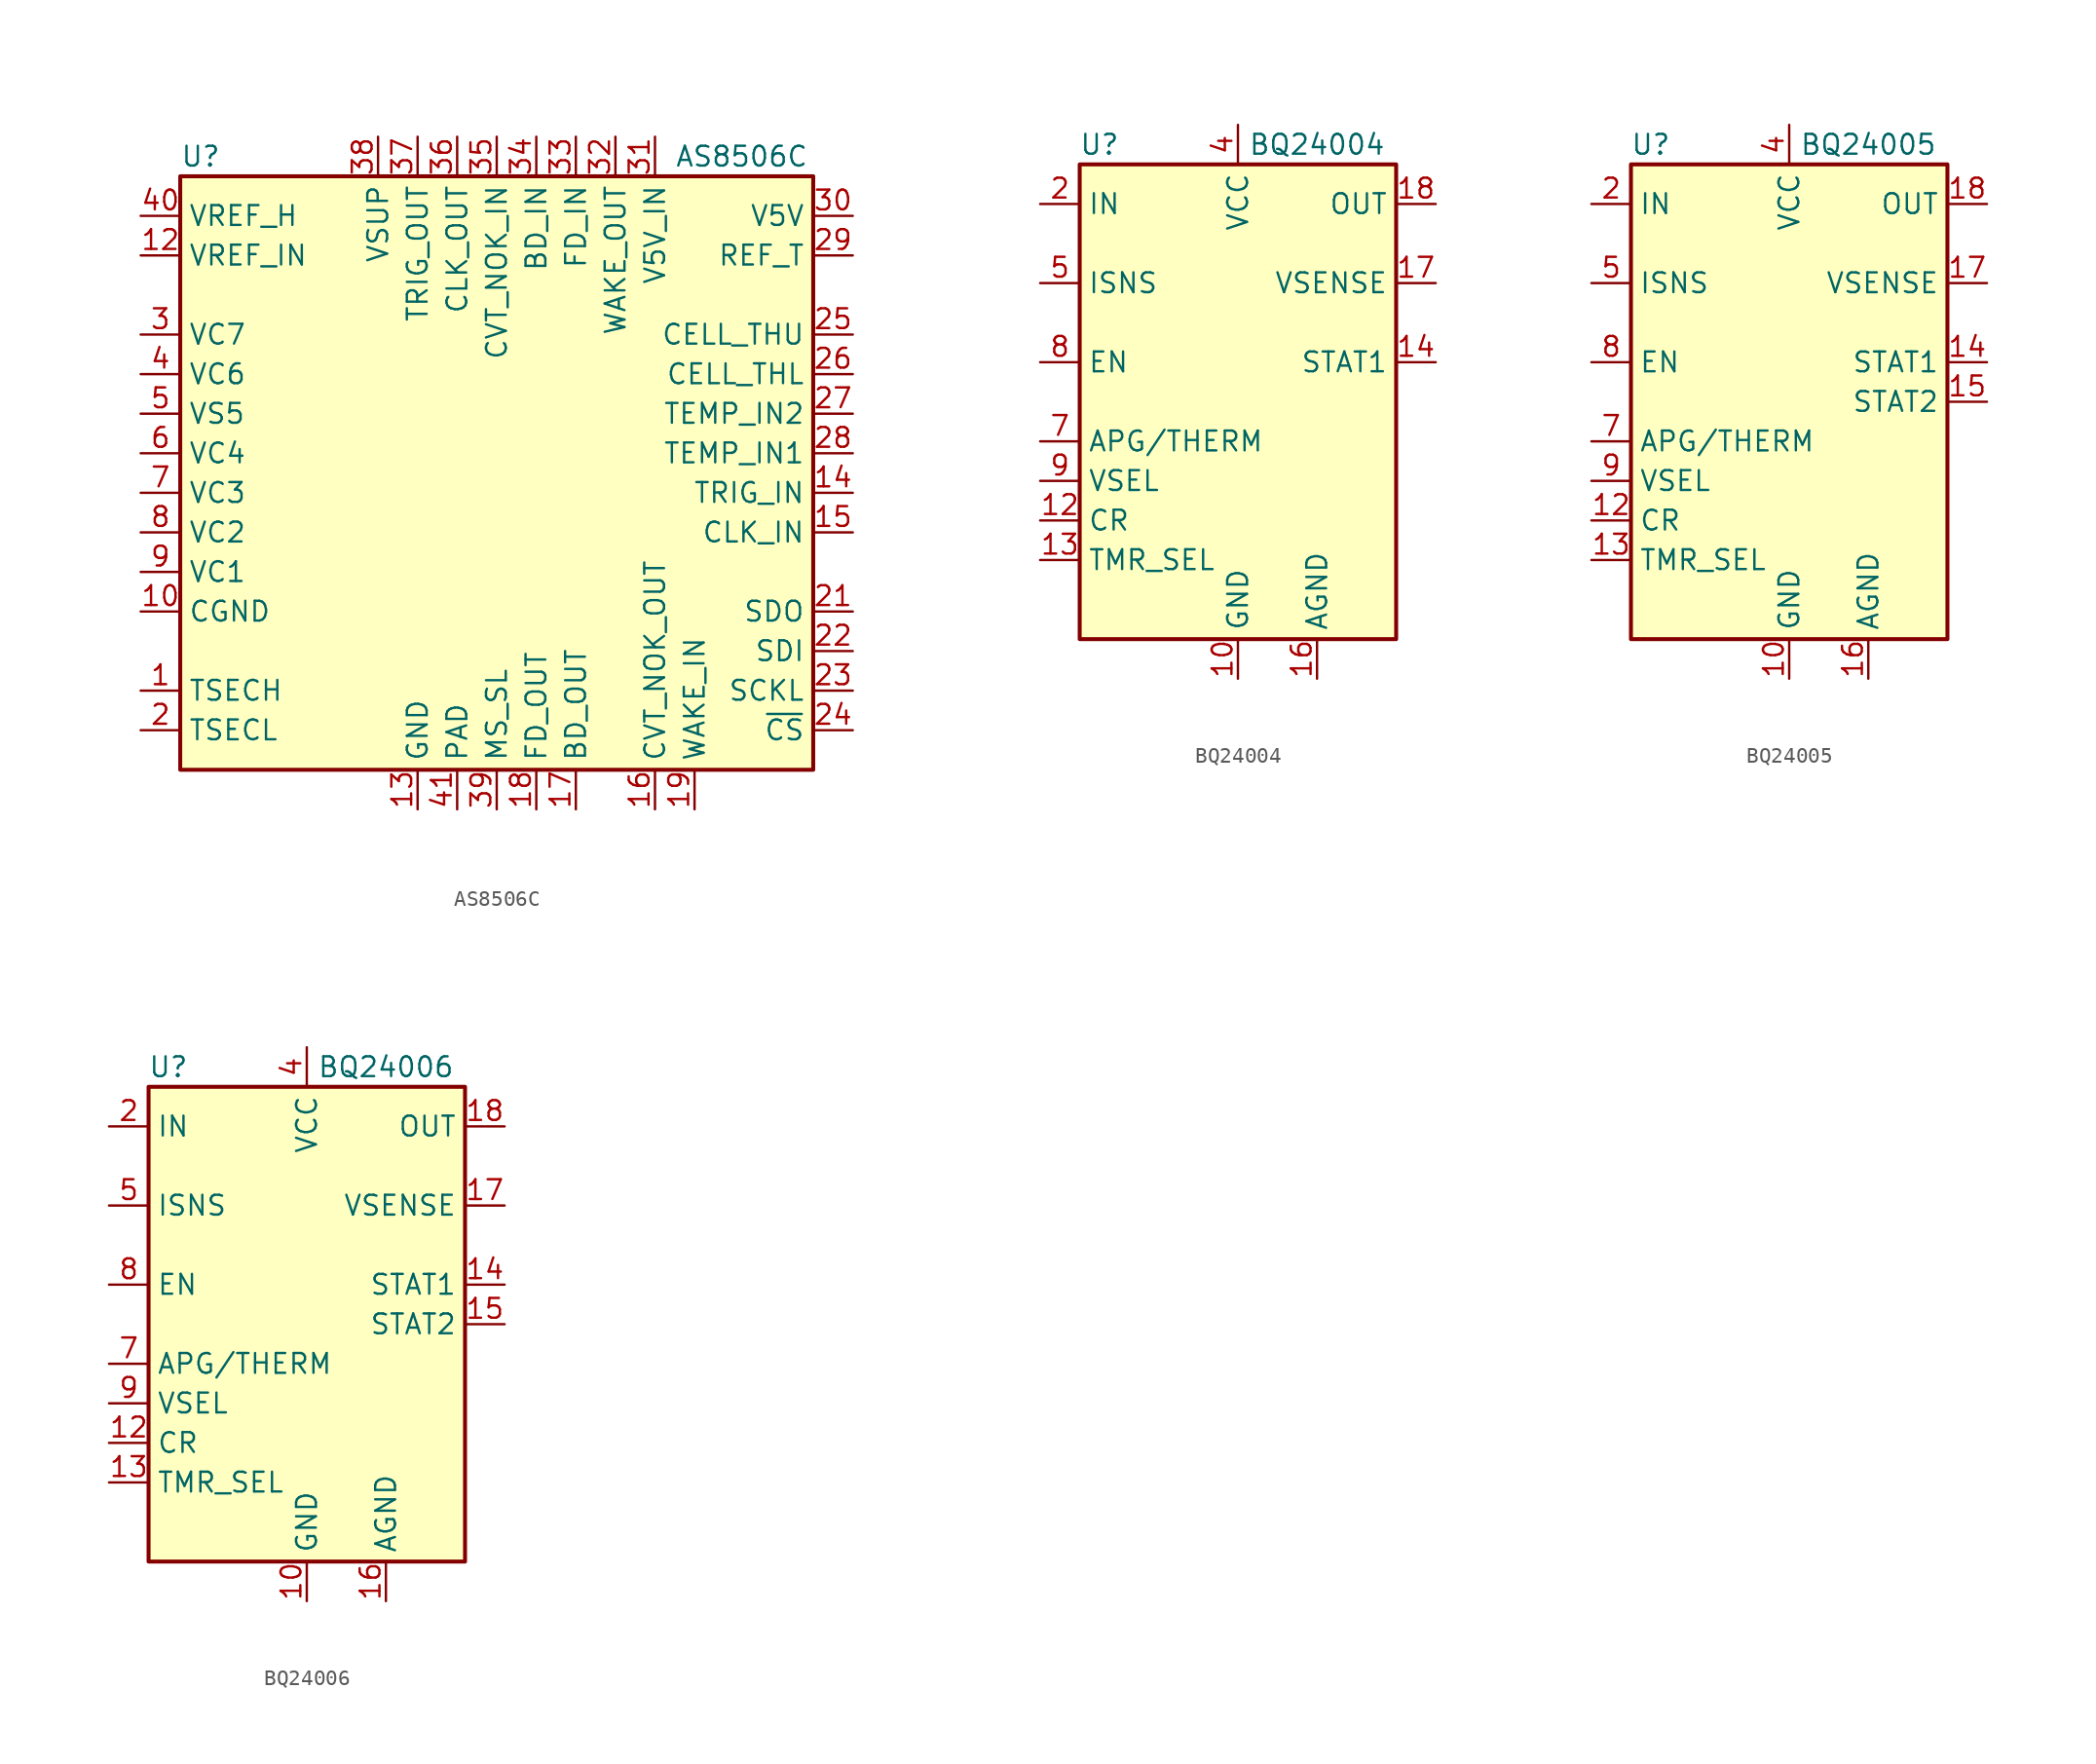
<source format=kicad_sym>
(kicad_symbol_lib
  (version 20241209)
  (generator "kicad_symbol_editor")
  (generator_version "9.0")
  (symbol "AS8506C"
    (property "Reference" "U"
      (at -20.32 21.59 0)
      (effects (font (size 1.27 1.27)) (justify left)))
    (property "Value" "AS8506C"
      (at 11.43 21.59 0)
      (effects (font (size 1.27 1.27)) (justify left)))
    (symbol "AS8506C_0_1"
      (rectangle (start 20.32 -17.78) (end -20.32 20.32) (stroke (width 0.254) (type default)) (fill (type background))))
    (symbol "AS8506C_1_1"
      (pin input line (at -22.86 17.78 0) (length 2.54) (name "VREF_H" (effects (font (size 1.27 1.27)))) (number "40" (effects (font (size 1.27 1.27)))))
      (pin input line (at -22.86 15.24 0) (length 2.54) (name "VREF_IN" (effects (font (size 1.27 1.27)))) (number "12" (effects (font (size 1.27 1.27)))))
      (pin input line (at -22.86 10.16 0) (length 2.54) (name "VC7" (effects (font (size 1.27 1.27)))) (number "3" (effects (font (size 1.27 1.27)))))
      (pin input line (at -22.86 7.62 0) (length 2.54) (name "VC6" (effects (font (size 1.27 1.27)))) (number "4" (effects (font (size 1.27 1.27)))))
      (pin input line (at -22.86 5.08 0) (length 2.54) (name "VS5" (effects (font (size 1.27 1.27)))) (number "5" (effects (font (size 1.27 1.27)))))
      (pin input line (at -22.86 2.54 0) (length 2.54) (name "VC4" (effects (font (size 1.27 1.27)))) (number "6" (effects (font (size 1.27 1.27)))))
      (pin input line (at -22.86 0 0) (length 2.54) (name "VC3" (effects (font (size 1.27 1.27)))) (number "7" (effects (font (size 1.27 1.27)))))
      (pin input line (at -22.86 -2.54 0) (length 2.54) (name "VC2" (effects (font (size 1.27 1.27)))) (number "8" (effects (font (size 1.27 1.27)))))
      (pin input line (at -22.86 -5.08 0) (length 2.54) (name "VC1" (effects (font (size 1.27 1.27)))) (number "9" (effects (font (size 1.27 1.27)))))
      (pin input line (at -22.86 -7.62 0) (length 2.54) (name "CGND" (effects (font (size 1.27 1.27)))) (number "10" (effects (font (size 1.27 1.27)))))
      (pin input line (at -22.86 -12.7 0) (length 2.54) (name "TSECH" (effects (font (size 1.27 1.27)))) (number "1" (effects (font (size 1.27 1.27)))))
      (pin input line (at -22.86 -15.24 0) (length 2.54) (name "TSECL" (effects (font (size 1.27 1.27)))) (number "2" (effects (font (size 1.27 1.27)))))
      (pin no_connect line (at -10.16 -17.78 90) (length 2.54) (hide yes) (name "NC" (effects (font (size 1.27 1.27)))) (number "11" (effects (font (size 1.27 1.27)))))
      (pin power_in line (at -7.62 22.86 270) (length 2.54) (name "VSUP" (effects (font (size 1.27 1.27)))) (number "38" (effects (font (size 1.27 1.27)))))
      (pin no_connect line (at -7.62 -17.78 90) (length 2.54) (hide yes) (name "NC_T" (effects (font (size 1.27 1.27)))) (number "20" (effects (font (size 1.27 1.27)))))
      (pin input line (at -5.08 22.86 270) (length 2.54) (name "TRIG_OUT" (effects (font (size 1.27 1.27)))) (number "37" (effects (font (size 1.27 1.27)))))
      (pin power_in line (at -5.08 -20.32 90) (length 2.54) (name "GND" (effects (font (size 1.27 1.27)))) (number "13" (effects (font (size 1.27 1.27)))))
      (pin input line (at -2.54 22.86 270) (length 2.54) (name "CLK_OUT" (effects (font (size 1.27 1.27)))) (number "36" (effects (font (size 1.27 1.27)))))
      (pin power_in line (at -2.54 -20.32 90) (length 2.54) (name "PAD" (effects (font (size 1.27 1.27)))) (number "41" (effects (font (size 1.27 1.27)))))
      (pin input line (at 0 22.86 270) (length 2.54) (name "CVT_NOK_IN" (effects (font (size 1.27 1.27)))) (number "35" (effects (font (size 1.27 1.27)))))
      (pin input line (at 0 -20.32 90) (length 2.54) (name "MS_SL" (effects (font (size 1.27 1.27)))) (number "39" (effects (font (size 1.27 1.27)))))
      (pin input line (at 2.54 22.86 270) (length 2.54) (name "BD_IN" (effects (font (size 1.27 1.27)))) (number "34" (effects (font (size 1.27 1.27)))))
      (pin input line (at 2.54 -20.32 90) (length 2.54) (name "FD_OUT" (effects (font (size 1.27 1.27)))) (number "18" (effects (font (size 1.27 1.27)))))
      (pin input line (at 5.08 22.86 270) (length 2.54) (name "FD_IN" (effects (font (size 1.27 1.27)))) (number "33" (effects (font (size 1.27 1.27)))))
      (pin input line (at 5.08 -20.32 90) (length 2.54) (name "BD_OUT" (effects (font (size 1.27 1.27)))) (number "17" (effects (font (size 1.27 1.27)))))
      (pin input line (at 7.62 22.86 270) (length 2.54) (name "WAKE_OUT" (effects (font (size 1.27 1.27)))) (number "32" (effects (font (size 1.27 1.27)))))
      (pin input line (at 10.16 22.86 270) (length 2.54) (name "V5V_IN" (effects (font (size 1.27 1.27)))) (number "31" (effects (font (size 1.27 1.27)))))
      (pin input line (at 10.16 -20.32 90) (length 2.54) (name "CVT_NOK_OUT" (effects (font (size 1.27 1.27)))) (number "16" (effects (font (size 1.27 1.27)))))
      (pin input line (at 12.7 -20.32 90) (length 2.54) (name "WAKE_IN" (effects (font (size 1.27 1.27)))) (number "19" (effects (font (size 1.27 1.27)))))
      (pin input line (at 22.86 17.78 180) (length 2.54) (name "V5V" (effects (font (size 1.27 1.27)))) (number "30" (effects (font (size 1.27 1.27)))))
      (pin input line (at 22.86 15.24 180) (length 2.54) (name "REF_T" (effects (font (size 1.27 1.27)))) (number "29" (effects (font (size 1.27 1.27)))))
      (pin input line (at 22.86 10.16 180) (length 2.54) (name "CELL_THU" (effects (font (size 1.27 1.27)))) (number "25" (effects (font (size 1.27 1.27)))))
      (pin input line (at 22.86 7.62 180) (length 2.54) (name "CELL_THL" (effects (font (size 1.27 1.27)))) (number "26" (effects (font (size 1.27 1.27)))))
      (pin input line (at 22.86 5.08 180) (length 2.54) (name "TEMP_IN2" (effects (font (size 1.27 1.27)))) (number "27" (effects (font (size 1.27 1.27)))))
      (pin input line (at 22.86 2.54 180) (length 2.54) (name "TEMP_IN1" (effects (font (size 1.27 1.27)))) (number "28" (effects (font (size 1.27 1.27)))))
      (pin input line (at 22.86 0 180) (length 2.54) (name "TRIG_IN" (effects (font (size 1.27 1.27)))) (number "14" (effects (font (size 1.27 1.27)))))
      (pin input line (at 22.86 -2.54 180) (length 2.54) (name "CLK_IN" (effects (font (size 1.27 1.27)))) (number "15" (effects (font (size 1.27 1.27)))))
      (pin output line (at 22.86 -7.62 180) (length 2.54) (name "SDO" (effects (font (size 1.27 1.27)))) (number "21" (effects (font (size 1.27 1.27)))))
      (pin input line (at 22.86 -10.16 180) (length 2.54) (name "SDI" (effects (font (size 1.27 1.27)))) (number "22" (effects (font (size 1.27 1.27)))))
      (pin input line (at 22.86 -12.7 180) (length 2.54) (name "SCKL" (effects (font (size 1.27 1.27)))) (number "23" (effects (font (size 1.27 1.27)))))
      (pin input line (at 22.86 -15.24 180) (length 2.54) (name "~{CS}" (effects (font (size 1.27 1.27)))) (number "24" (effects (font (size 1.27 1.27)))))))
  (symbol "BQ24004"
    (property "Reference" "U"
      (at -8.89 16.51 0)
      (effects (font (size 1.27 1.27))))
    (property "Value" "BQ24004"
      (at 5.08 16.51 0)
      (effects (font (size 1.27 1.27))))
    (symbol "BQ24004_0_1"
      (rectangle (start -10.16 15.24) (end 10.16 -15.24) (stroke (width 0.254) (type default)) (fill (type background))))
    (symbol "BQ24004_1_1"
      (pin input line (at -12.7 12.7 0) (length 2.54) (name "IN" (effects (font (size 1.27 1.27)))) (number "2" (effects (font (size 1.27 1.27)))))
      (pin input line (at -12.7 12.7 0) (length 2.54) (hide yes) (name "IN" (effects (font (size 1.27 1.27)))) (number "3" (effects (font (size 1.27 1.27)))))
      (pin input line (at -12.7 7.62 0) (length 2.54) (name "ISNS" (effects (font (size 1.27 1.27)))) (number "5" (effects (font (size 1.27 1.27)))))
      (pin input line (at -12.7 2.54 0) (length 2.54) (name "EN" (effects (font (size 1.27 1.27)))) (number "8" (effects (font (size 1.27 1.27)))))
      (pin input line (at -12.7 -2.54 0) (length 2.54) (name "APG/THERM" (effects (font (size 1.27 1.27)))) (number "7" (effects (font (size 1.27 1.27)))))
      (pin input line (at -12.7 -5.08 0) (length 2.54) (name "VSEL" (effects (font (size 1.27 1.27)))) (number "9" (effects (font (size 1.27 1.27)))))
      (pin input line (at -12.7 -7.62 0) (length 2.54) (name "CR" (effects (font (size 1.27 1.27)))) (number "12" (effects (font (size 1.27 1.27)))))
      (pin input line (at -12.7 -10.16 0) (length 2.54) (name "TMR_SEL" (effects (font (size 1.27 1.27)))) (number "13" (effects (font (size 1.27 1.27)))))
      (pin power_in line (at 0 17.78 270) (length 2.54) (name "VCC" (effects (font (size 1.27 1.27)))) (number "4" (effects (font (size 1.27 1.27)))))
      (pin power_in line (at 0 -17.78 90) (length 2.54) (name "GND" (effects (font (size 1.27 1.27)))) (number "10" (effects (font (size 1.27 1.27)))))
      (pin passive line (at 0 -17.78 90) (length 2.54) (hide yes) (name "GND" (effects (font (size 1.27 1.27)))) (number "21" (effects (font (size 1.27 1.27)))))
      (pin power_in line (at 5.08 -17.78 90) (length 2.54) (name "AGND" (effects (font (size 1.27 1.27)))) (number "16" (effects (font (size 1.27 1.27)))))
      (pin no_connect line (at 10.16 0 180) (length 2.54) (hide yes) (name "N/C" (effects (font (size 1.27 1.27)))) (number "15" (effects (font (size 1.27 1.27)))))
      (pin no_connect line (at 10.16 -2.54 180) (length 2.54) (hide yes) (name "N/C" (effects (font (size 1.27 1.27)))) (number "1" (effects (font (size 1.27 1.27)))))
      (pin no_connect line (at 10.16 -5.08 180) (length 2.54) (hide yes) (name "N/C" (effects (font (size 1.27 1.27)))) (number "6" (effects (font (size 1.27 1.27)))))
      (pin no_connect line (at 10.16 -7.62 180) (length 2.54) (hide yes) (name "N/C" (effects (font (size 1.27 1.27)))) (number "11" (effects (font (size 1.27 1.27)))))
      (pin no_connect line (at 10.16 -10.16 180) (length 2.54) (hide yes) (name "N/C" (effects (font (size 1.27 1.27)))) (number "20" (effects (font (size 1.27 1.27)))))
      (pin output line (at 12.7 12.7 180) (length 2.54) (name "OUT" (effects (font (size 1.27 1.27)))) (number "18" (effects (font (size 1.27 1.27)))))
      (pin passive line (at 12.7 12.7 180) (length 2.54) (hide yes) (name "OUT" (effects (font (size 1.27 1.27)))) (number "19" (effects (font (size 1.27 1.27)))))
      (pin input line (at 12.7 7.62 180) (length 2.54) (name "VSENSE" (effects (font (size 1.27 1.27)))) (number "17" (effects (font (size 1.27 1.27)))))
      (pin output line (at 12.7 2.54 180) (length 2.54) (name "STAT1" (effects (font (size 1.27 1.27)))) (number "14" (effects (font (size 1.27 1.27)))))))
  (symbol "BQ24005"
    (property "Reference" "U"
      (at -8.89 16.51 0)
      (effects (font (size 1.27 1.27))))
    (property "Value" "BQ24005"
      (at 5.08 16.51 0)
      (effects (font (size 1.27 1.27))))
    (symbol "BQ24005_0_1"
      (rectangle (start -10.16 15.24) (end 10.16 -15.24) (stroke (width 0.254) (type default)) (fill (type background))))
    (symbol "BQ24005_1_1"
      (pin input line (at -12.7 12.7 0) (length 2.54) (name "IN" (effects (font (size 1.27 1.27)))) (number "2" (effects (font (size 1.27 1.27)))))
      (pin input line (at -12.7 12.7 0) (length 2.54) (hide yes) (name "IN" (effects (font (size 1.27 1.27)))) (number "3" (effects (font (size 1.27 1.27)))))
      (pin input line (at -12.7 7.62 0) (length 2.54) (name "ISNS" (effects (font (size 1.27 1.27)))) (number "5" (effects (font (size 1.27 1.27)))))
      (pin input line (at -12.7 2.54 0) (length 2.54) (name "EN" (effects (font (size 1.27 1.27)))) (number "8" (effects (font (size 1.27 1.27)))))
      (pin input line (at -12.7 -2.54 0) (length 2.54) (name "APG/THERM" (effects (font (size 1.27 1.27)))) (number "7" (effects (font (size 1.27 1.27)))))
      (pin input line (at -12.7 -5.08 0) (length 2.54) (name "VSEL" (effects (font (size 1.27 1.27)))) (number "9" (effects (font (size 1.27 1.27)))))
      (pin input line (at -12.7 -7.62 0) (length 2.54) (name "CR" (effects (font (size 1.27 1.27)))) (number "12" (effects (font (size 1.27 1.27)))))
      (pin input line (at -12.7 -10.16 0) (length 2.54) (name "TMR_SEL" (effects (font (size 1.27 1.27)))) (number "13" (effects (font (size 1.27 1.27)))))
      (pin power_in line (at 0 17.78 270) (length 2.54) (name "VCC" (effects (font (size 1.27 1.27)))) (number "4" (effects (font (size 1.27 1.27)))))
      (pin power_in line (at 0 -17.78 90) (length 2.54) (name "GND" (effects (font (size 1.27 1.27)))) (number "10" (effects (font (size 1.27 1.27)))))
      (pin passive line (at 0 -17.78 90) (length 2.54) (hide yes) (name "GND" (effects (font (size 1.27 1.27)))) (number "21" (effects (font (size 1.27 1.27)))))
      (pin power_in line (at 5.08 -17.78 90) (length 2.54) (name "AGND" (effects (font (size 1.27 1.27)))) (number "16" (effects (font (size 1.27 1.27)))))
      (pin no_connect line (at 10.16 -2.54 180) (length 2.54) (hide yes) (name "N/C" (effects (font (size 1.27 1.27)))) (number "1" (effects (font (size 1.27 1.27)))))
      (pin no_connect line (at 10.16 -5.08 180) (length 2.54) (hide yes) (name "N/C" (effects (font (size 1.27 1.27)))) (number "6" (effects (font (size 1.27 1.27)))))
      (pin no_connect line (at 10.16 -7.62 180) (length 2.54) (hide yes) (name "N/C" (effects (font (size 1.27 1.27)))) (number "11" (effects (font (size 1.27 1.27)))))
      (pin no_connect line (at 10.16 -10.16 180) (length 2.54) (hide yes) (name "N/C" (effects (font (size 1.27 1.27)))) (number "20" (effects (font (size 1.27 1.27)))))
      (pin output line (at 12.7 12.7 180) (length 2.54) (name "OUT" (effects (font (size 1.27 1.27)))) (number "18" (effects (font (size 1.27 1.27)))))
      (pin passive line (at 12.7 12.7 180) (length 2.54) (hide yes) (name "OUT" (effects (font (size 1.27 1.27)))) (number "19" (effects (font (size 1.27 1.27)))))
      (pin input line (at 12.7 7.62 180) (length 2.54) (name "VSENSE" (effects (font (size 1.27 1.27)))) (number "17" (effects (font (size 1.27 1.27)))))
      (pin open_collector line (at 12.7 2.54 180) (length 2.54) (name "STAT1" (effects (font (size 1.27 1.27)))) (number "14" (effects (font (size 1.27 1.27)))))
      (pin open_collector line (at 12.7 0 180) (length 2.54) (name "STAT2" (effects (font (size 1.27 1.27)))) (number "15" (effects (font (size 1.27 1.27)))))))
  (symbol "BQ24006"
    (property "Reference" "U"
      (at -8.89 16.51 0)
      (effects (font (size 1.27 1.27))))
    (property "Value" "BQ24006"
      (at 5.08 16.51 0)
      (effects (font (size 1.27 1.27))))
    (symbol "BQ24006_0_1"
      (rectangle (start -10.16 15.24) (end 10.16 -15.24) (stroke (width 0.254) (type default)) (fill (type background))))
    (symbol "BQ24006_1_1"
      (pin input line (at -12.7 12.7 0) (length 2.54) (name "IN" (effects (font (size 1.27 1.27)))) (number "2" (effects (font (size 1.27 1.27)))))
      (pin input line (at -12.7 12.7 0) (length 2.54) (hide yes) (name "IN" (effects (font (size 1.27 1.27)))) (number "3" (effects (font (size 1.27 1.27)))))
      (pin input line (at -12.7 7.62 0) (length 2.54) (name "ISNS" (effects (font (size 1.27 1.27)))) (number "5" (effects (font (size 1.27 1.27)))))
      (pin input line (at -12.7 2.54 0) (length 2.54) (name "EN" (effects (font (size 1.27 1.27)))) (number "8" (effects (font (size 1.27 1.27)))))
      (pin input line (at -12.7 -2.54 0) (length 2.54) (name "APG/THERM" (effects (font (size 1.27 1.27)))) (number "7" (effects (font (size 1.27 1.27)))))
      (pin input line (at -12.7 -5.08 0) (length 2.54) (name "VSEL" (effects (font (size 1.27 1.27)))) (number "9" (effects (font (size 1.27 1.27)))))
      (pin input line (at -12.7 -7.62 0) (length 2.54) (name "CR" (effects (font (size 1.27 1.27)))) (number "12" (effects (font (size 1.27 1.27)))))
      (pin input line (at -12.7 -10.16 0) (length 2.54) (name "TMR_SEL" (effects (font (size 1.27 1.27)))) (number "13" (effects (font (size 1.27 1.27)))))
      (pin power_in line (at 0 17.78 270) (length 2.54) (name "VCC" (effects (font (size 1.27 1.27)))) (number "4" (effects (font (size 1.27 1.27)))))
      (pin power_in line (at 0 -17.78 90) (length 2.54) (name "GND" (effects (font (size 1.27 1.27)))) (number "10" (effects (font (size 1.27 1.27)))))
      (pin passive line (at 0 -17.78 90) (length 2.54) (hide yes) (name "GND" (effects (font (size 1.27 1.27)))) (number "21" (effects (font (size 1.27 1.27)))))
      (pin power_in line (at 5.08 -17.78 90) (length 2.54) (name "AGND" (effects (font (size 1.27 1.27)))) (number "16" (effects (font (size 1.27 1.27)))))
      (pin no_connect line (at 10.16 -2.54 180) (length 2.54) (hide yes) (name "N/C" (effects (font (size 1.27 1.27)))) (number "1" (effects (font (size 1.27 1.27)))))
      (pin no_connect line (at 10.16 -5.08 180) (length 2.54) (hide yes) (name "N/C" (effects (font (size 1.27 1.27)))) (number "6" (effects (font (size 1.27 1.27)))))
      (pin no_connect line (at 10.16 -7.62 180) (length 2.54) (hide yes) (name "N/C" (effects (font (size 1.27 1.27)))) (number "11" (effects (font (size 1.27 1.27)))))
      (pin no_connect line (at 10.16 -10.16 180) (length 2.54) (hide yes) (name "N/C" (effects (font (size 1.27 1.27)))) (number "20" (effects (font (size 1.27 1.27)))))
      (pin output line (at 12.7 12.7 180) (length 2.54) (name "OUT" (effects (font (size 1.27 1.27)))) (number "18" (effects (font (size 1.27 1.27)))))
      (pin passive line (at 12.7 12.7 180) (length 2.54) (hide yes) (name "OUT" (effects (font (size 1.27 1.27)))) (number "19" (effects (font (size 1.27 1.27)))))
      (pin input line (at 12.7 7.62 180) (length 2.54) (name "VSENSE" (effects (font (size 1.27 1.27)))) (number "17" (effects (font (size 1.27 1.27)))))
      (pin output line (at 12.7 2.54 180) (length 2.54) (name "STAT1" (effects (font (size 1.27 1.27)))) (number "14" (effects (font (size 1.27 1.27)))))
      (pin output line (at 12.7 0 180) (length 2.54) (name "STAT2" (effects (font (size 1.27 1.27)))) (number "15" (effects (font (size 1.27 1.27))))))))
</source>
